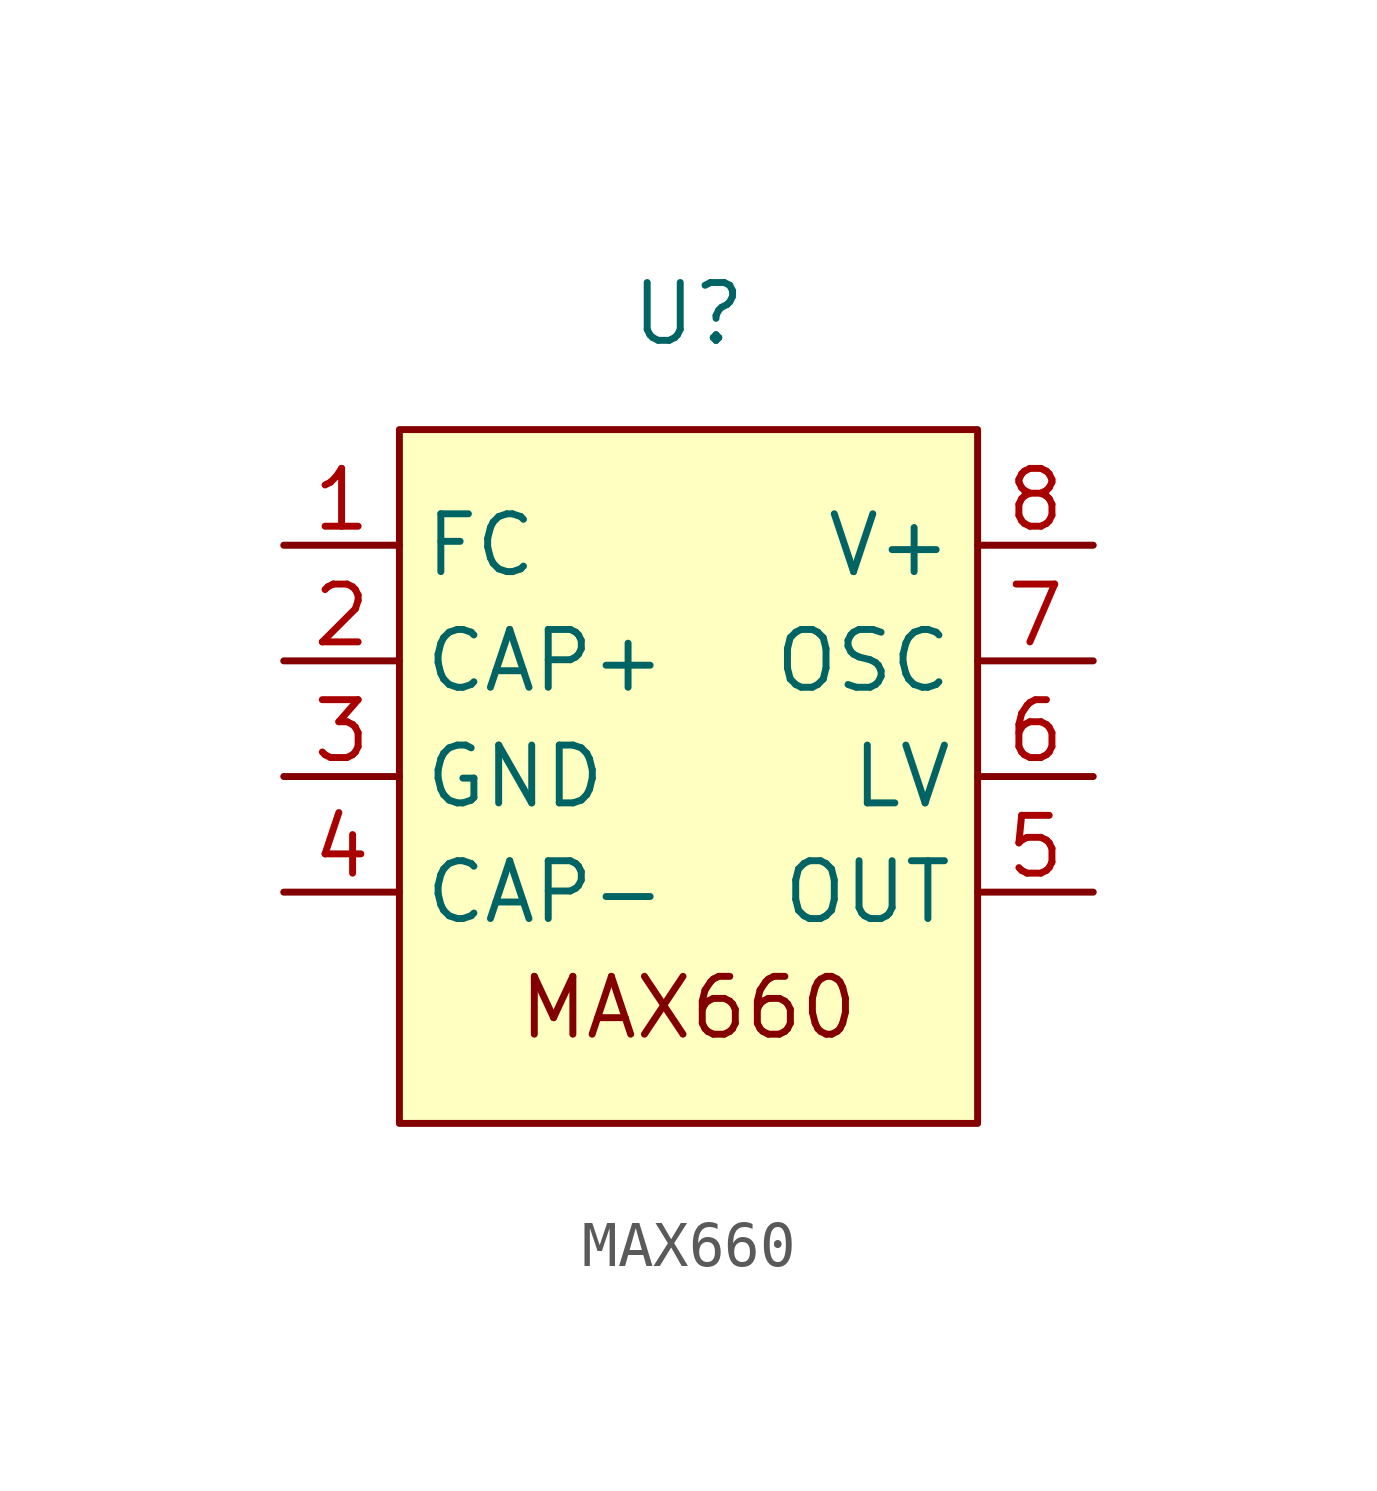
<source format=kicad_sym>
(kicad_symbol_lib
  (version 20220914)
  (generator kicad_symbol_editor)
  (symbol "MAX660"
    (property "Reference" "U"
      (at 3.81 5.08 0)
      (effects (font (size 1.27 1.27))))
    (property "Value" ""
      (at 0 0 0)
      (effects (font (size 1.27 1.27))))
    (symbol "MAX660_0_0"
      (pin passive line (at -5.08 -2.54 0) (length 2.54) (name "CAP+" (effects (font (size 1.27 1.27)))) (number "2" (effects (font (size 1.27 1.27)))))
      (pin passive line (at -5.08 -5.08 0) (length 2.54) (name "GND" (effects (font (size 1.27 1.27)))) (number "3" (effects (font (size 1.27 1.27)))))
      (pin passive line (at -5.08 -7.62 0) (length 2.54) (name "CAP-" (effects (font (size 1.27 1.27)))) (number "4" (effects (font (size 1.27 1.27)))))
      (pin passive line (at 12.7 -7.62 180) (length 2.54) (name "OUT" (effects (font (size 1.27 1.27)))) (number "5" (effects (font (size 1.27 1.27)))))
      (pin passive line (at 12.7 -5.08 180) (length 2.54) (name "LV" (effects (font (size 1.27 1.27)))) (number "6" (effects (font (size 1.27 1.27)))))
      (pin passive line (at 12.7 -2.54 180) (length 2.54) (name "OSC" (effects (font (size 1.27 1.27)))) (number "7" (effects (font (size 1.27 1.27)))))
      (pin passive line (at 12.7 0 180) (length 2.54) (name "V+" (effects (font (size 1.27 1.27)))) (number "8" (effects (font (size 1.27 1.27))))))
    (symbol "MAX660_1_0"
      (pin passive line (at -5.08 0 0) (length 2.54) (name "FC" (effects (font (size 1.27 1.27)))) (number "1" (effects (font (size 1.27 1.27))))))
    (symbol "MAX660_1_1"
      (rectangle (start -2.54 2.54) (end 10.16 -12.7) (stroke (width 0) (type default)) (fill (type background)))
      (text "MAX660" (at 3.81 -10.16 0) (effects (font (size 1.27 1.27)))))))
</source>
